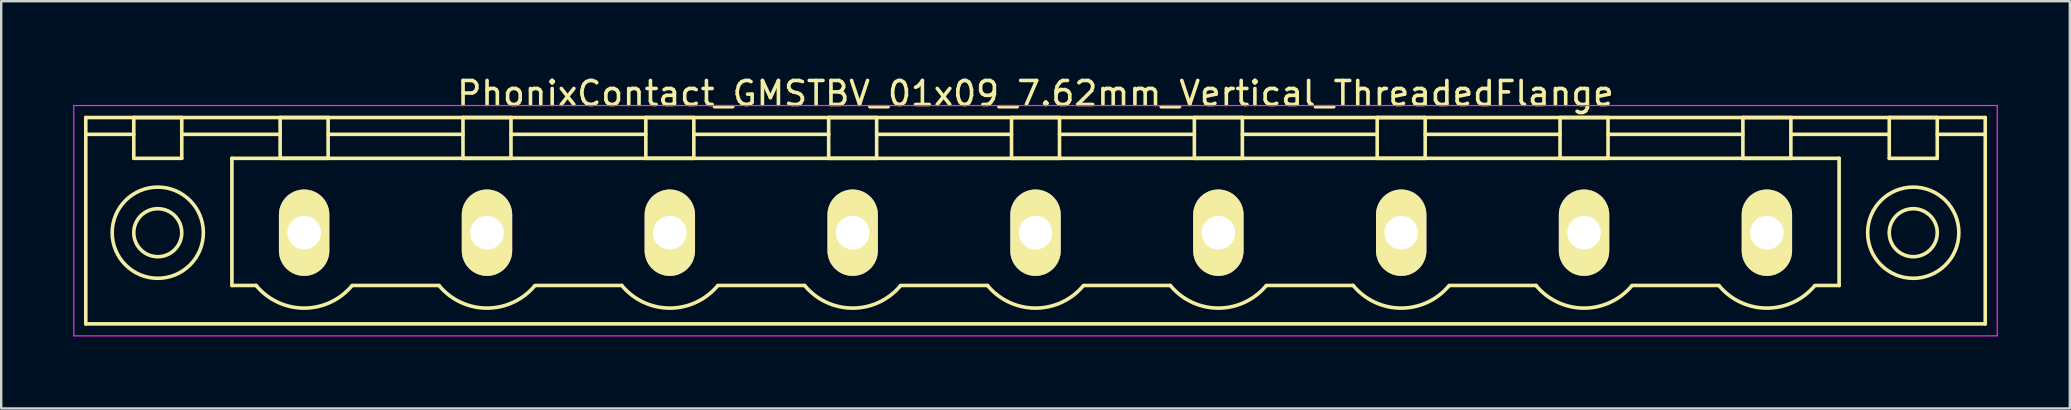
<source format=kicad_pcb>
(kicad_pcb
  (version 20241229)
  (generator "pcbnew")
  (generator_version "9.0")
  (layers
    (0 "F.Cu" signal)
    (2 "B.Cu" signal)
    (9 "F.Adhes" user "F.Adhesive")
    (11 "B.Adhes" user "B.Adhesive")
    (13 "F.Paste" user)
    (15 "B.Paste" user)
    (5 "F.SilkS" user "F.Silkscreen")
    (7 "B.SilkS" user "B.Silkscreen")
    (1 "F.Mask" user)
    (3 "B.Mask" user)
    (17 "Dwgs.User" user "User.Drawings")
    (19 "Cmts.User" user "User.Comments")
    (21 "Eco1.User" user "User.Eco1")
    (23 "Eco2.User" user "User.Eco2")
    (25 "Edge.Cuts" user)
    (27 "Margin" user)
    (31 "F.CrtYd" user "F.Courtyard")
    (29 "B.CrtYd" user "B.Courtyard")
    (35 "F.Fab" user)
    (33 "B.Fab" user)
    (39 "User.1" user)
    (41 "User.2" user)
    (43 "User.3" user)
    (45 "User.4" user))
  (footprint "PhonixContact_GMSTBV_01x09_7.62mm_Vertical_ThreadedFlange"
    (layer "F.Cu")
    (at 9.625 6.648)
    (property "Reference" "PhonixContact_GMSTBV_01x09_7.62mm_Vertical_ThreadedFlange" (at 30.48 -5.8 0) (layer "F.SilkS") (effects (font (size 1 1) (thickness 0.15))))
    (attr through_hole)
    (fp_line (start -9.1 -4.8) (end -9.1 3.8) (stroke (width 0.15) (type solid)) (layer "F.SilkS"))
    (fp_line (start -9.1 -4.1) (end -7.1 -4.1) (stroke (width 0.15) (type solid)) (layer "F.SilkS"))
    (fp_line (start -9.1 3.8) (end 70.06 3.8) (stroke (width 0.15) (type solid)) (layer "F.SilkS"))
    (fp_line (start -7.1 -4.8) (end -5.1 -4.8) (stroke (width 0.15) (type solid)) (layer "F.SilkS"))
    (fp_line (start -7.1 -3.1) (end -7.1 -4.8) (stroke (width 0.15) (type solid)) (layer "F.SilkS"))
    (fp_line (start -5.1 -4.8) (end -5.1 -3.1) (stroke (width 0.15) (type solid)) (layer "F.SilkS"))
    (fp_line (start -5.1 -4.1) (end -1 -4.1) (stroke (width 0.15) (type solid)) (layer "F.SilkS"))
    (fp_line (start -5.1 -3.1) (end -7.1 -3.1) (stroke (width 0.15) (type solid)) (layer "F.SilkS"))
    (fp_line (start -3.01 -3.1) (end 63.97 -3.1) (stroke (width 0.15) (type solid)) (layer "F.SilkS"))
    (fp_line (start -3.01 2.2) (end -3.01 -3.1) (stroke (width 0.15) (type solid)) (layer "F.SilkS"))
    (fp_line (start -2 2.2) (end -3.01 2.2) (stroke (width 0.15) (type solid)) (layer "F.SilkS"))
    (fp_line (start -1 -4.8) (end 1 -4.8) (stroke (width 0.15) (type solid)) (layer "F.SilkS"))
    (fp_line (start -1 -3.1) (end -1 -4.8) (stroke (width 0.15) (type solid)) (layer "F.SilkS"))
    (fp_line (start 1 -4.8) (end 1 -3.1) (stroke (width 0.15) (type solid)) (layer "F.SilkS"))
    (fp_line (start 1 -4.1) (end 6.62 -4.1) (stroke (width 0.15) (type solid)) (layer "F.SilkS"))
    (fp_line (start 1 -3.1) (end -1 -3.1) (stroke (width 0.15) (type solid)) (layer "F.SilkS"))
    (fp_line (start 2 2.2) (end 5.62 2.2) (stroke (width 0.15) (type solid)) (layer "F.SilkS"))
    (fp_line (start 6.62 -4.8) (end 8.62 -4.8) (stroke (width 0.15) (type solid)) (layer "F.SilkS"))
    (fp_line (start 6.62 -3.1) (end 6.62 -4.8) (stroke (width 0.15) (type solid)) (layer "F.SilkS"))
    (fp_line (start 8.62 -4.8) (end 8.62 -3.1) (stroke (width 0.15) (type solid)) (layer "F.SilkS"))
    (fp_line (start 8.62 -4.1) (end 14.24 -4.1) (stroke (width 0.15) (type solid)) (layer "F.SilkS"))
    (fp_line (start 8.62 -3.1) (end 6.62 -3.1) (stroke (width 0.15) (type solid)) (layer "F.SilkS"))
    (fp_line (start 9.62 2.2) (end 13.24 2.2) (stroke (width 0.15) (type solid)) (layer "F.SilkS"))
    (fp_line (start 14.24 -4.8) (end 16.24 -4.8) (stroke (width 0.15) (type solid)) (layer "F.SilkS"))
    (fp_line (start 14.24 -3.1) (end 14.24 -4.8) (stroke (width 0.15) (type solid)) (layer "F.SilkS"))
    (fp_line (start 16.24 -4.8) (end 16.24 -3.1) (stroke (width 0.15) (type solid)) (layer "F.SilkS"))
    (fp_line (start 16.24 -4.1) (end 21.86 -4.1) (stroke (width 0.15) (type solid)) (layer "F.SilkS"))
    (fp_line (start 16.24 -3.1) (end 14.24 -3.1) (stroke (width 0.15) (type solid)) (layer "F.SilkS"))
    (fp_line (start 17.24 2.2) (end 20.86 2.2) (stroke (width 0.15) (type solid)) (layer "F.SilkS"))
    (fp_line (start 21.86 -4.8) (end 23.86 -4.8) (stroke (width 0.15) (type solid)) (layer "F.SilkS"))
    (fp_line (start 21.86 -3.1) (end 21.86 -4.8) (stroke (width 0.15) (type solid)) (layer "F.SilkS"))
    (fp_line (start 23.86 -4.8) (end 23.86 -3.1) (stroke (width 0.15) (type solid)) (layer "F.SilkS"))
    (fp_line (start 23.86 -4.1) (end 29.48 -4.1) (stroke (width 0.15) (type solid)) (layer "F.SilkS"))
    (fp_line (start 23.86 -3.1) (end 21.86 -3.1) (stroke (width 0.15) (type solid)) (layer "F.SilkS"))
    (fp_line (start 24.86 2.2) (end 28.48 2.2) (stroke (width 0.15) (type solid)) (layer "F.SilkS"))
    (fp_line (start 29.48 -4.8) (end 31.48 -4.8) (stroke (width 0.15) (type solid)) (layer "F.SilkS"))
    (fp_line (start 29.48 -3.1) (end 29.48 -4.8) (stroke (width 0.15) (type solid)) (layer "F.SilkS"))
    (fp_line (start 31.48 -4.8) (end 31.48 -3.1) (stroke (width 0.15) (type solid)) (layer "F.SilkS"))
    (fp_line (start 31.48 -4.1) (end 37.1 -4.1) (stroke (width 0.15) (type solid)) (layer "F.SilkS"))
    (fp_line (start 31.48 -3.1) (end 29.48 -3.1) (stroke (width 0.15) (type solid)) (layer "F.SilkS"))
    (fp_line (start 32.48 2.2) (end 36.1 2.2) (stroke (width 0.15) (type solid)) (layer "F.SilkS"))
    (fp_line (start 37.1 -4.8) (end 39.1 -4.8) (stroke (width 0.15) (type solid)) (layer "F.SilkS"))
    (fp_line (start 37.1 -3.1) (end 37.1 -4.8) (stroke (width 0.15) (type solid)) (layer "F.SilkS"))
    (fp_line (start 39.1 -4.8) (end 39.1 -3.1) (stroke (width 0.15) (type solid)) (layer "F.SilkS"))
    (fp_line (start 39.1 -4.1) (end 44.72 -4.1) (stroke (width 0.15) (type solid)) (layer "F.SilkS"))
    (fp_line (start 39.1 -3.1) (end 37.1 -3.1) (stroke (width 0.15) (type solid)) (layer "F.SilkS"))
    (fp_line (start 40.1 2.2) (end 43.72 2.2) (stroke (width 0.15) (type solid)) (layer "F.SilkS"))
    (fp_line (start 44.72 -4.8) (end 46.72 -4.8) (stroke (width 0.15) (type solid)) (layer "F.SilkS"))
    (fp_line (start 44.72 -3.1) (end 44.72 -4.8) (stroke (width 0.15) (type solid)) (layer "F.SilkS"))
    (fp_line (start 46.72 -4.8) (end 46.72 -3.1) (stroke (width 0.15) (type solid)) (layer "F.SilkS"))
    (fp_line (start 46.72 -4.1) (end 52.34 -4.1) (stroke (width 0.15) (type solid)) (layer "F.SilkS"))
    (fp_line (start 46.72 -3.1) (end 44.72 -3.1) (stroke (width 0.15) (type solid)) (layer "F.SilkS"))
    (fp_line (start 47.72 2.2) (end 51.34 2.2) (stroke (width 0.15) (type solid)) (layer "F.SilkS"))
    (fp_line (start 52.34 -4.8) (end 54.34 -4.8) (stroke (width 0.15) (type solid)) (layer "F.SilkS"))
    (fp_line (start 52.34 -3.1) (end 52.34 -4.8) (stroke (width 0.15) (type solid)) (layer "F.SilkS"))
    (fp_line (start 54.34 -4.8) (end 54.34 -3.1) (stroke (width 0.15) (type solid)) (layer "F.SilkS"))
    (fp_line (start 54.34 -4.1) (end 59.96 -4.1) (stroke (width 0.15) (type solid)) (layer "F.SilkS"))
    (fp_line (start 54.34 -3.1) (end 52.34 -3.1) (stroke (width 0.15) (type solid)) (layer "F.SilkS"))
    (fp_line (start 55.34 2.2) (end 58.96 2.2) (stroke (width 0.15) (type solid)) (layer "F.SilkS"))
    (fp_line (start 59.96 -4.8) (end 61.96 -4.8) (stroke (width 0.15) (type solid)) (layer "F.SilkS"))
    (fp_line (start 59.96 -3.1) (end 59.96 -4.8) (stroke (width 0.15) (type solid)) (layer "F.SilkS"))
    (fp_line (start 61.96 -4.8) (end 61.96 -3.1) (stroke (width 0.15) (type solid)) (layer "F.SilkS"))
    (fp_line (start 61.96 -4.1) (end 66.06 -4.1) (stroke (width 0.15) (type solid)) (layer "F.SilkS"))
    (fp_line (start 61.96 -3.1) (end 59.96 -3.1) (stroke (width 0.15) (type solid)) (layer "F.SilkS"))
    (fp_line (start 63.97 -3.1) (end 63.97 2.2) (stroke (width 0.15) (type solid)) (layer "F.SilkS"))
    (fp_line (start 63.97 2.2) (end 62.96 2.2) (stroke (width 0.15) (type solid)) (layer "F.SilkS"))
    (fp_line (start 66.06 -4.8) (end 68.06 -4.8) (stroke (width 0.15) (type solid)) (layer "F.SilkS"))
    (fp_line (start 66.06 -3.1) (end 66.06 -4.8) (stroke (width 0.15) (type solid)) (layer "F.SilkS"))
    (fp_line (start 68.06 -4.8) (end 68.06 -3.1) (stroke (width 0.15) (type solid)) (layer "F.SilkS"))
    (fp_line (start 68.06 -3.1) (end 66.06 -3.1) (stroke (width 0.15) (type solid)) (layer "F.SilkS"))
    (fp_line (start 70.06 -4.8) (end -9.1 -4.8) (stroke (width 0.15) (type solid)) (layer "F.SilkS"))
    (fp_line (start 70.06 -4.1) (end 68.06 -4.1) (stroke (width 0.15) (type solid)) (layer "F.SilkS"))
    (fp_line (start 70.06 3.8) (end 70.06 -4.8) (stroke (width 0.15) (type solid)) (layer "F.SilkS"))
    (fp_arc (start 1.986842 2.215821) (mid -0.010289 3.142758) (end -2 2.2) (stroke (width 0.15) (type solid)) (layer "F.SilkS"))
    (fp_arc (start 9.606842 2.215821) (mid 7.609711 3.142758) (end 5.62 2.2) (stroke (width 0.15) (type solid)) (layer "F.SilkS"))
    (fp_arc (start 17.226842 2.215821) (mid 15.229711 3.142758) (end 13.24 2.2) (stroke (width 0.15) (type solid)) (layer "F.SilkS"))
    (fp_arc (start 24.846842 2.215821) (mid 22.849711 3.142758) (end 20.86 2.2) (stroke (width 0.15) (type solid)) (layer "F.SilkS"))
    (fp_arc (start 32.466842 2.215821) (mid 30.469711 3.142758) (end 28.48 2.2) (stroke (width 0.15) (type solid)) (layer "F.SilkS"))
    (fp_arc (start 40.086842 2.215821) (mid 38.089711 3.142758) (end 36.1 2.2) (stroke (width 0.15) (type solid)) (layer "F.SilkS"))
    (fp_arc (start 47.706842 2.215821) (mid 45.709711 3.142758) (end 43.72 2.2) (stroke (width 0.15) (type solid)) (layer "F.SilkS"))
    (fp_arc (start 55.326842 2.215821) (mid 53.329711 3.142758) (end 51.34 2.2) (stroke (width 0.15) (type solid)) (layer "F.SilkS"))
    (fp_arc (start 62.946842 2.215821) (mid 60.949711 3.142758) (end 58.96 2.2) (stroke (width 0.15) (type solid)) (layer "F.SilkS"))
    (fp_circle (center -6.1 0) (end -5.1 0) (stroke (width 0.15) (type solid)) (fill no) (layer "F.SilkS"))
    (fp_circle (center -6.1 0) (end -4.2 0) (stroke (width 0.15) (type solid)) (fill no) (layer "F.SilkS"))
    (fp_circle (center 67.06 0) (end 68.06 0) (stroke (width 0.15) (type solid)) (fill no) (layer "F.SilkS"))
    (fp_circle (center 67.06 0) (end 68.96 0) (stroke (width 0.15) (type solid)) (fill no) (layer "F.SilkS"))
    (fp_line (start -9.6 -5.3) (end -9.6 4.3) (stroke (width 0.05) (type solid)) (layer "F.CrtYd"))
    (fp_line (start -9.6 4.3) (end 70.56 4.3) (stroke (width 0.05) (type solid)) (layer "F.CrtYd"))
    (fp_line (start 70.56 -5.3) (end -9.6 -5.3) (stroke (width 0.05) (type solid)) (layer "F.CrtYd"))
    (fp_line (start 70.56 4.3) (end 70.56 -5.3) (stroke (width 0.05) (type solid)) (layer "F.CrtYd"))
    (pad "1" thru_hole oval (at 0 0) (size 2.1 3.6) (drill 1.4) (layers "*.Cu" "*.Mask" "F.SilkS"))
    (pad "2" thru_hole oval (at 7.62 0) (size 2.1 3.6) (drill 1.4) (layers "*.Cu" "*.Mask" "F.SilkS"))
    (pad "3" thru_hole oval (at 15.24 0) (size 2.1 3.6) (drill 1.4) (layers "*.Cu" "*.Mask" "F.SilkS"))
    (pad "4" thru_hole oval (at 22.86 0) (size 2.1 3.6) (drill 1.4) (layers "*.Cu" "*.Mask" "F.SilkS"))
    (pad "5" thru_hole oval (at 30.48 0) (size 2.1 3.6) (drill 1.4) (layers "*.Cu" "*.Mask" "F.SilkS"))
    (pad "6" thru_hole oval (at 38.1 0) (size 2.1 3.6) (drill 1.4) (layers "*.Cu" "*.Mask" "F.SilkS"))
    (pad "7" thru_hole oval (at 45.72 0) (size 2.1 3.6) (drill 1.4) (layers "*.Cu" "*.Mask" "F.SilkS"))
    (pad "8" thru_hole oval (at 53.34 0) (size 2.1 3.6) (drill 1.4) (layers "*.Cu" "*.Mask" "F.SilkS"))
    (pad "9" thru_hole oval (at 60.96 0) (size 2.1 3.6) (drill 1.4) (layers "*.Cu" "*.Mask" "F.SilkS")))
  (gr_rect
    (start -3 -3)
    (end 83.21 13.973)
    (stroke (width 0.1) (type default))
    (fill no)
    (layer "Edge.Cuts")))
</source>
